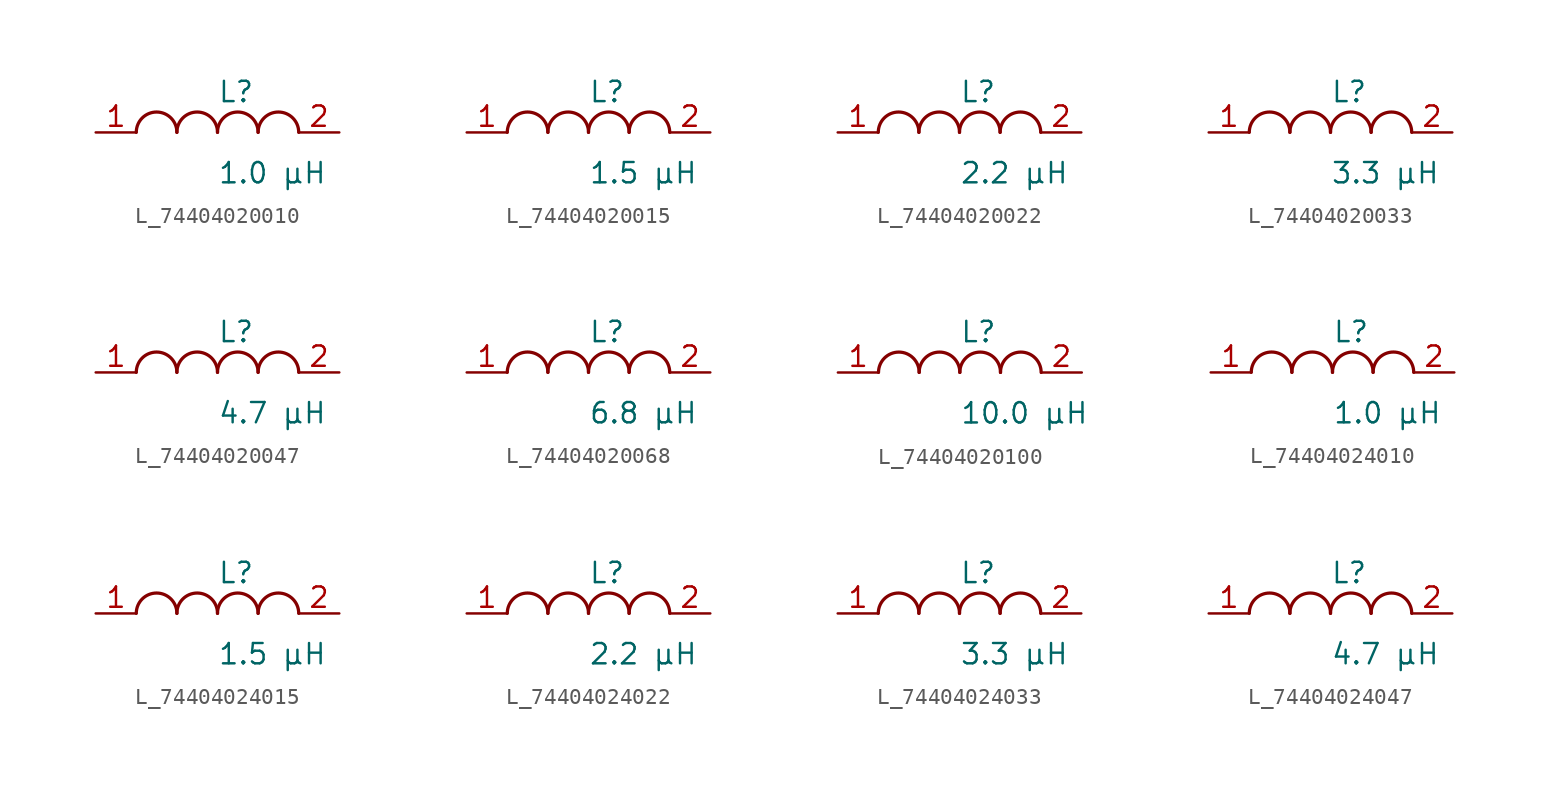
<source format=kicad_sym>
(kicad_symbol_lib
  (version 20231120)
  (generator kicad_symbol_editor)
  (generator_version 8.0)
  (symbol "L_74404020010"
    (pin_names
      (offset 0.254))
    (property "Reference" "L"
      (at 0.0 2.54 0)
      (effects (font (size 1.27 1.27)) (justify left)))
    (property "Value" "1.0 µH"
      (at 0.0 -2.54 0)
      (effects (font (size 1.27 1.27)) (justify left)))
    (symbol "L_74404020010_1_1"
      (arc (start -2.54 0.0056) (mid -3.81 1.27) (end -5.08 0.0056) (stroke (width 0.2032) (type default)) (fill (type none)))
      (arc (start 0 0.0056) (mid -1.27 1.27) (end -2.54 0.0056) (stroke (width 0.2032) (type default)) (fill (type none)))
      (arc (start 2.54 0.0056) (mid 1.27 1.27) (end 0 0.0056) (stroke (width 0.2032) (type default)) (fill (type none)))
      (arc (start 5.08 0.0056) (mid 3.81 1.27) (end 2.54 0.0056) (stroke (width 0.2032) (type default)) (fill (type none)))
      (pin unspecified line (at -7.62 0 0) (length 2.54) (name "" (effects (font (size 1.27 1.27)))) (number "1" (effects (font (size 1.27 1.27)))))
      (pin unspecified line (at 7.62 0 180) (length 2.54) (name "" (effects (font (size 1.27 1.27)))) (number "2" (effects (font (size 1.27 1.27)))))))
  (symbol "L_74404020015"
    (pin_names
      (offset 0.254))
    (property "Reference" "L"
      (at 0.0 2.54 0)
      (effects (font (size 1.27 1.27)) (justify left)))
    (property "Value" "1.5 µH"
      (at 0.0 -2.54 0)
      (effects (font (size 1.27 1.27)) (justify left)))
    (symbol "L_74404020015_1_1"
      (arc (start -2.54 0.0056) (mid -3.81 1.27) (end -5.08 0.0056) (stroke (width 0.2032) (type default)) (fill (type none)))
      (arc (start 0 0.0056) (mid -1.27 1.27) (end -2.54 0.0056) (stroke (width 0.2032) (type default)) (fill (type none)))
      (arc (start 2.54 0.0056) (mid 1.27 1.27) (end 0 0.0056) (stroke (width 0.2032) (type default)) (fill (type none)))
      (arc (start 5.08 0.0056) (mid 3.81 1.27) (end 2.54 0.0056) (stroke (width 0.2032) (type default)) (fill (type none)))
      (pin unspecified line (at -7.62 0 0) (length 2.54) (name "" (effects (font (size 1.27 1.27)))) (number "1" (effects (font (size 1.27 1.27)))))
      (pin unspecified line (at 7.62 0 180) (length 2.54) (name "" (effects (font (size 1.27 1.27)))) (number "2" (effects (font (size 1.27 1.27)))))))
  (symbol "L_74404020022"
    (pin_names
      (offset 0.254))
    (property "Reference" "L"
      (at 0.0 2.54 0)
      (effects (font (size 1.27 1.27)) (justify left)))
    (property "Value" "2.2 µH"
      (at 0.0 -2.54 0)
      (effects (font (size 1.27 1.27)) (justify left)))
    (symbol "L_74404020022_1_1"
      (arc (start -2.54 0.0056) (mid -3.81 1.27) (end -5.08 0.0056) (stroke (width 0.2032) (type default)) (fill (type none)))
      (arc (start 0 0.0056) (mid -1.27 1.27) (end -2.54 0.0056) (stroke (width 0.2032) (type default)) (fill (type none)))
      (arc (start 2.54 0.0056) (mid 1.27 1.27) (end 0 0.0056) (stroke (width 0.2032) (type default)) (fill (type none)))
      (arc (start 5.08 0.0056) (mid 3.81 1.27) (end 2.54 0.0056) (stroke (width 0.2032) (type default)) (fill (type none)))
      (pin unspecified line (at -7.62 0 0) (length 2.54) (name "" (effects (font (size 1.27 1.27)))) (number "1" (effects (font (size 1.27 1.27)))))
      (pin unspecified line (at 7.62 0 180) (length 2.54) (name "" (effects (font (size 1.27 1.27)))) (number "2" (effects (font (size 1.27 1.27)))))))
  (symbol "L_74404020033"
    (pin_names
      (offset 0.254))
    (property "Reference" "L"
      (at 0.0 2.54 0)
      (effects (font (size 1.27 1.27)) (justify left)))
    (property "Value" "3.3 µH"
      (at 0.0 -2.54 0)
      (effects (font (size 1.27 1.27)) (justify left)))
    (symbol "L_74404020033_1_1"
      (arc (start -2.54 0.0056) (mid -3.81 1.27) (end -5.08 0.0056) (stroke (width 0.2032) (type default)) (fill (type none)))
      (arc (start 0 0.0056) (mid -1.27 1.27) (end -2.54 0.0056) (stroke (width 0.2032) (type default)) (fill (type none)))
      (arc (start 2.54 0.0056) (mid 1.27 1.27) (end 0 0.0056) (stroke (width 0.2032) (type default)) (fill (type none)))
      (arc (start 5.08 0.0056) (mid 3.81 1.27) (end 2.54 0.0056) (stroke (width 0.2032) (type default)) (fill (type none)))
      (pin unspecified line (at -7.62 0 0) (length 2.54) (name "" (effects (font (size 1.27 1.27)))) (number "1" (effects (font (size 1.27 1.27)))))
      (pin unspecified line (at 7.62 0 180) (length 2.54) (name "" (effects (font (size 1.27 1.27)))) (number "2" (effects (font (size 1.27 1.27)))))))
  (symbol "L_74404020047"
    (pin_names
      (offset 0.254))
    (property "Reference" "L"
      (at 0.0 2.54 0)
      (effects (font (size 1.27 1.27)) (justify left)))
    (property "Value" "4.7 µH"
      (at 0.0 -2.54 0)
      (effects (font (size 1.27 1.27)) (justify left)))
    (symbol "L_74404020047_1_1"
      (arc (start -2.54 0.0056) (mid -3.81 1.27) (end -5.08 0.0056) (stroke (width 0.2032) (type default)) (fill (type none)))
      (arc (start 0 0.0056) (mid -1.27 1.27) (end -2.54 0.0056) (stroke (width 0.2032) (type default)) (fill (type none)))
      (arc (start 2.54 0.0056) (mid 1.27 1.27) (end 0 0.0056) (stroke (width 0.2032) (type default)) (fill (type none)))
      (arc (start 5.08 0.0056) (mid 3.81 1.27) (end 2.54 0.0056) (stroke (width 0.2032) (type default)) (fill (type none)))
      (pin unspecified line (at -7.62 0 0) (length 2.54) (name "" (effects (font (size 1.27 1.27)))) (number "1" (effects (font (size 1.27 1.27)))))
      (pin unspecified line (at 7.62 0 180) (length 2.54) (name "" (effects (font (size 1.27 1.27)))) (number "2" (effects (font (size 1.27 1.27)))))))
  (symbol "L_74404020068"
    (pin_names
      (offset 0.254))
    (property "Reference" "L"
      (at 0.0 2.54 0)
      (effects (font (size 1.27 1.27)) (justify left)))
    (property "Value" "6.8 µH"
      (at 0.0 -2.54 0)
      (effects (font (size 1.27 1.27)) (justify left)))
    (symbol "L_74404020068_1_1"
      (arc (start -2.54 0.0056) (mid -3.81 1.27) (end -5.08 0.0056) (stroke (width 0.2032) (type default)) (fill (type none)))
      (arc (start 0 0.0056) (mid -1.27 1.27) (end -2.54 0.0056) (stroke (width 0.2032) (type default)) (fill (type none)))
      (arc (start 2.54 0.0056) (mid 1.27 1.27) (end 0 0.0056) (stroke (width 0.2032) (type default)) (fill (type none)))
      (arc (start 5.08 0.0056) (mid 3.81 1.27) (end 2.54 0.0056) (stroke (width 0.2032) (type default)) (fill (type none)))
      (pin unspecified line (at -7.62 0 0) (length 2.54) (name "" (effects (font (size 1.27 1.27)))) (number "1" (effects (font (size 1.27 1.27)))))
      (pin unspecified line (at 7.62 0 180) (length 2.54) (name "" (effects (font (size 1.27 1.27)))) (number "2" (effects (font (size 1.27 1.27)))))))
  (symbol "L_74404020100"
    (pin_names
      (offset 0.254))
    (property "Reference" "L"
      (at 0.0 2.54 0)
      (effects (font (size 1.27 1.27)) (justify left)))
    (property "Value" "10.0 µH"
      (at 0.0 -2.54 0)
      (effects (font (size 1.27 1.27)) (justify left)))
    (symbol "L_74404020100_1_1"
      (arc (start -2.54 0.0056) (mid -3.81 1.27) (end -5.08 0.0056) (stroke (width 0.2032) (type default)) (fill (type none)))
      (arc (start 0 0.0056) (mid -1.27 1.27) (end -2.54 0.0056) (stroke (width 0.2032) (type default)) (fill (type none)))
      (arc (start 2.54 0.0056) (mid 1.27 1.27) (end 0 0.0056) (stroke (width 0.2032) (type default)) (fill (type none)))
      (arc (start 5.08 0.0056) (mid 3.81 1.27) (end 2.54 0.0056) (stroke (width 0.2032) (type default)) (fill (type none)))
      (pin unspecified line (at -7.62 0 0) (length 2.54) (name "" (effects (font (size 1.27 1.27)))) (number "1" (effects (font (size 1.27 1.27)))))
      (pin unspecified line (at 7.62 0 180) (length 2.54) (name "" (effects (font (size 1.27 1.27)))) (number "2" (effects (font (size 1.27 1.27)))))))
  (symbol "L_74404024010"
    (pin_names
      (offset 0.254))
    (property "Reference" "L"
      (at 0.0 2.54 0)
      (effects (font (size 1.27 1.27)) (justify left)))
    (property "Value" "1.0 µH"
      (at 0.0 -2.54 0)
      (effects (font (size 1.27 1.27)) (justify left)))
    (symbol "L_74404024010_1_1"
      (arc (start -2.54 0.0056) (mid -3.81 1.27) (end -5.08 0.0056) (stroke (width 0.2032) (type default)) (fill (type none)))
      (arc (start 0 0.0056) (mid -1.27 1.27) (end -2.54 0.0056) (stroke (width 0.2032) (type default)) (fill (type none)))
      (arc (start 2.54 0.0056) (mid 1.27 1.27) (end 0 0.0056) (stroke (width 0.2032) (type default)) (fill (type none)))
      (arc (start 5.08 0.0056) (mid 3.81 1.27) (end 2.54 0.0056) (stroke (width 0.2032) (type default)) (fill (type none)))
      (pin unspecified line (at -7.62 0 0) (length 2.54) (name "" (effects (font (size 1.27 1.27)))) (number "1" (effects (font (size 1.27 1.27)))))
      (pin unspecified line (at 7.62 0 180) (length 2.54) (name "" (effects (font (size 1.27 1.27)))) (number "2" (effects (font (size 1.27 1.27)))))))
  (symbol "L_74404024015"
    (pin_names
      (offset 0.254))
    (property "Reference" "L"
      (at 0.0 2.54 0)
      (effects (font (size 1.27 1.27)) (justify left)))
    (property "Value" "1.5 µH"
      (at 0.0 -2.54 0)
      (effects (font (size 1.27 1.27)) (justify left)))
    (symbol "L_74404024015_1_1"
      (arc (start -2.54 0.0056) (mid -3.81 1.27) (end -5.08 0.0056) (stroke (width 0.2032) (type default)) (fill (type none)))
      (arc (start 0 0.0056) (mid -1.27 1.27) (end -2.54 0.0056) (stroke (width 0.2032) (type default)) (fill (type none)))
      (arc (start 2.54 0.0056) (mid 1.27 1.27) (end 0 0.0056) (stroke (width 0.2032) (type default)) (fill (type none)))
      (arc (start 5.08 0.0056) (mid 3.81 1.27) (end 2.54 0.0056) (stroke (width 0.2032) (type default)) (fill (type none)))
      (pin unspecified line (at -7.62 0 0) (length 2.54) (name "" (effects (font (size 1.27 1.27)))) (number "1" (effects (font (size 1.27 1.27)))))
      (pin unspecified line (at 7.62 0 180) (length 2.54) (name "" (effects (font (size 1.27 1.27)))) (number "2" (effects (font (size 1.27 1.27)))))))
  (symbol "L_74404024022"
    (pin_names
      (offset 0.254))
    (property "Reference" "L"
      (at 0.0 2.54 0)
      (effects (font (size 1.27 1.27)) (justify left)))
    (property "Value" "2.2 µH"
      (at 0.0 -2.54 0)
      (effects (font (size 1.27 1.27)) (justify left)))
    (symbol "L_74404024022_1_1"
      (arc (start -2.54 0.0056) (mid -3.81 1.27) (end -5.08 0.0056) (stroke (width 0.2032) (type default)) (fill (type none)))
      (arc (start 0 0.0056) (mid -1.27 1.27) (end -2.54 0.0056) (stroke (width 0.2032) (type default)) (fill (type none)))
      (arc (start 2.54 0.0056) (mid 1.27 1.27) (end 0 0.0056) (stroke (width 0.2032) (type default)) (fill (type none)))
      (arc (start 5.08 0.0056) (mid 3.81 1.27) (end 2.54 0.0056) (stroke (width 0.2032) (type default)) (fill (type none)))
      (pin unspecified line (at -7.62 0 0) (length 2.54) (name "" (effects (font (size 1.27 1.27)))) (number "1" (effects (font (size 1.27 1.27)))))
      (pin unspecified line (at 7.62 0 180) (length 2.54) (name "" (effects (font (size 1.27 1.27)))) (number "2" (effects (font (size 1.27 1.27)))))))
  (symbol "L_74404024033"
    (pin_names
      (offset 0.254))
    (property "Reference" "L"
      (at 0.0 2.54 0)
      (effects (font (size 1.27 1.27)) (justify left)))
    (property "Value" "3.3 µH"
      (at 0.0 -2.54 0)
      (effects (font (size 1.27 1.27)) (justify left)))
    (symbol "L_74404024033_1_1"
      (arc (start -2.54 0.0056) (mid -3.81 1.27) (end -5.08 0.0056) (stroke (width 0.2032) (type default)) (fill (type none)))
      (arc (start 0 0.0056) (mid -1.27 1.27) (end -2.54 0.0056) (stroke (width 0.2032) (type default)) (fill (type none)))
      (arc (start 2.54 0.0056) (mid 1.27 1.27) (end 0 0.0056) (stroke (width 0.2032) (type default)) (fill (type none)))
      (arc (start 5.08 0.0056) (mid 3.81 1.27) (end 2.54 0.0056) (stroke (width 0.2032) (type default)) (fill (type none)))
      (pin unspecified line (at -7.62 0 0) (length 2.54) (name "" (effects (font (size 1.27 1.27)))) (number "1" (effects (font (size 1.27 1.27)))))
      (pin unspecified line (at 7.62 0 180) (length 2.54) (name "" (effects (font (size 1.27 1.27)))) (number "2" (effects (font (size 1.27 1.27)))))))
  (symbol "L_74404024047"
    (pin_names
      (offset 0.254))
    (property "Reference" "L"
      (at 0.0 2.54 0)
      (effects (font (size 1.27 1.27)) (justify left)))
    (property "Value" "4.7 µH"
      (at 0.0 -2.54 0)
      (effects (font (size 1.27 1.27)) (justify left)))
    (symbol "L_74404024047_1_1"
      (arc (start -2.54 0.0056) (mid -3.81 1.27) (end -5.08 0.0056) (stroke (width 0.2032) (type default)) (fill (type none)))
      (arc (start 0 0.0056) (mid -1.27 1.27) (end -2.54 0.0056) (stroke (width 0.2032) (type default)) (fill (type none)))
      (arc (start 2.54 0.0056) (mid 1.27 1.27) (end 0 0.0056) (stroke (width 0.2032) (type default)) (fill (type none)))
      (arc (start 5.08 0.0056) (mid 3.81 1.27) (end 2.54 0.0056) (stroke (width 0.2032) (type default)) (fill (type none)))
      (pin unspecified line (at -7.62 0 0) (length 2.54) (name "" (effects (font (size 1.27 1.27)))) (number "1" (effects (font (size 1.27 1.27)))))
      (pin unspecified line (at 7.62 0 180) (length 2.54) (name "" (effects (font (size 1.27 1.27)))) (number "2" (effects (font (size 1.27 1.27))))))))
</source>
